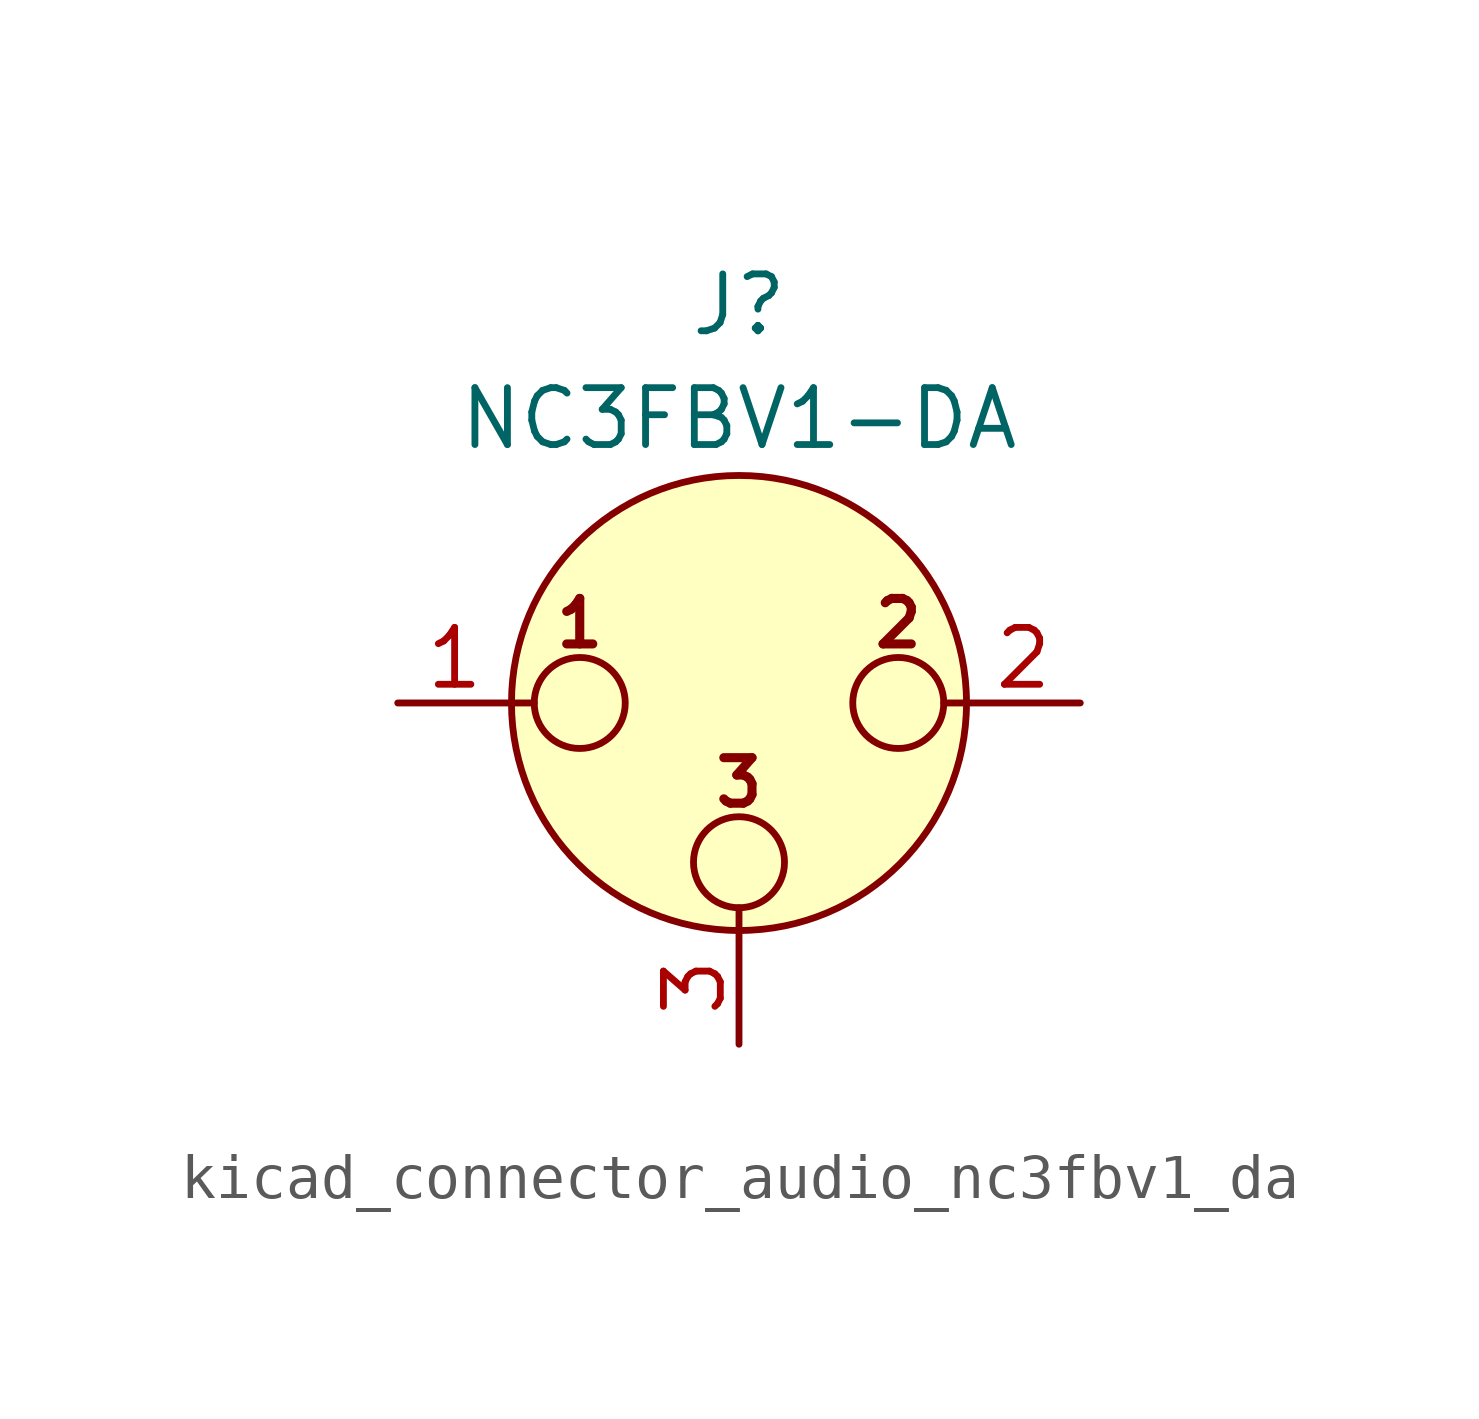
<source format=kicad_sym>
(kicad_symbol_lib
  (version 20220914)
  (generator kicad_symbol_editor)
  (symbol "kicad_connector_audio_nc3fbv1_da"
    (pin_names hide)
    (property "Reference" "J"
      (at 0 8.89 0)
      (effects (font (size 1.27 1.27))))
    (property "Value" "NC3FBV1-DA"
      (at 0 6.35 0)
      (effects (font (size 1.27 1.27))))
    (symbol "kicad_connector_audio_nc3fbv1_da_0_1"
      (circle (center -3.556 0) (radius 1.016) (stroke (width 0) (type default)) (fill (type none)))
      (circle (center 0 -3.556) (radius 1.016) (stroke (width 0) (type default)) (fill (type none)))
      (polyline (pts (xy -5.08 0) (xy -4.572 0)) (stroke (width 0) (type default)) (fill (type none)))
      (polyline (pts (xy 0 -5.08) (xy 0 -4.572)) (stroke (width 0) (type default)) (fill (type none)))
      (polyline (pts (xy 5.08 0) (xy 4.572 0)) (stroke (width 0) (type default)) (fill (type none)))
      (circle (center 0 0) (radius 5.08) (stroke (width 0) (type default)) (fill (type background)))
      (circle (center 3.556 0) (radius 1.016) (stroke (width 0) (type default)) (fill (type none)))
      (text "1" (at -3.556 1.778 0) (effects (font (size 1.016 1.016) bold)))
      (text "2" (at 3.556 1.778 0) (effects (font (size 1.016 1.016) bold)))
      (text "3" (at 0 -1.778 0) (effects (font (size 1.016 1.016) bold)))
      (pin passive line (at -7.62 0 0) (length 2.54) (name "~" (effects (font (size 1.27 1.27)))) (number "1" (effects (font (size 1.27 1.27)))))
      (pin passive line (at 7.62 0 180) (length 2.54) (name "~" (effects (font (size 1.27 1.27)))) (number "2" (effects (font (size 1.27 1.27)))))
      (pin passive line (at 0 -7.62 90) (length 2.54) (name "~" (effects (font (size 1.27 1.27)))) (number "3" (effects (font (size 1.27 1.27))))))))
</source>
